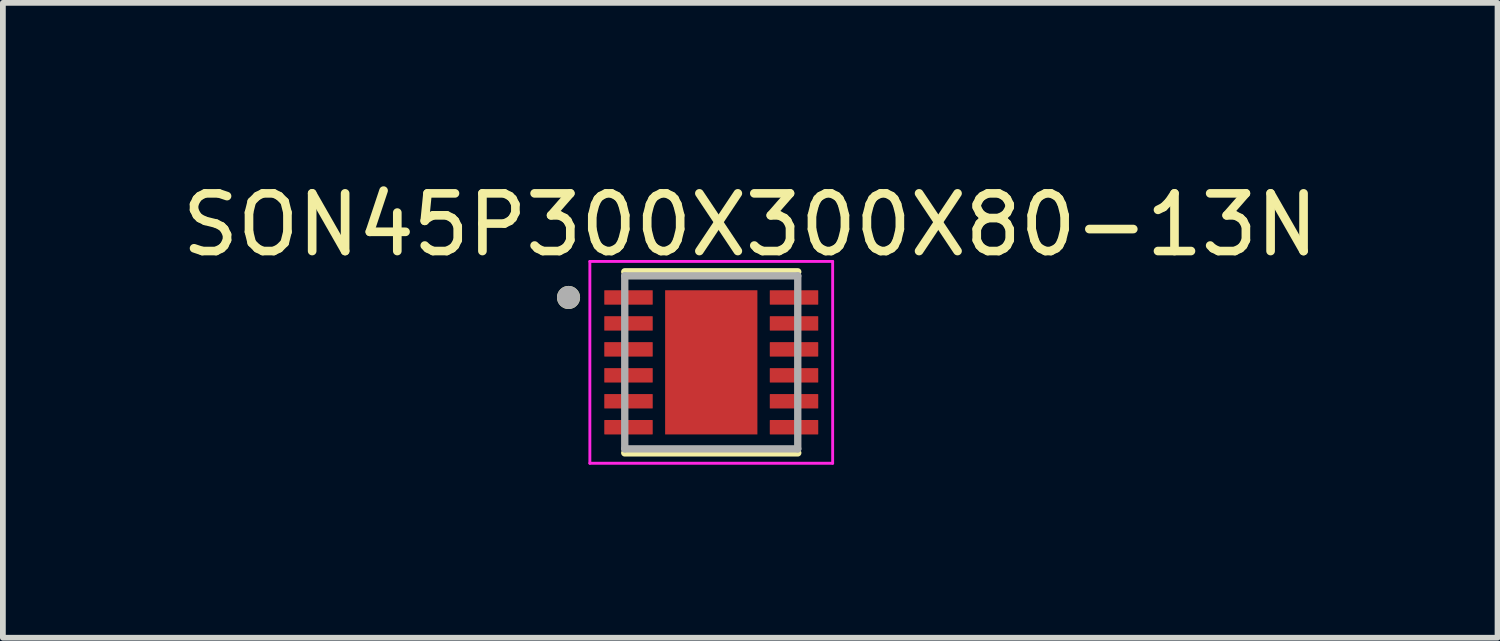
<source format=kicad_pcb>
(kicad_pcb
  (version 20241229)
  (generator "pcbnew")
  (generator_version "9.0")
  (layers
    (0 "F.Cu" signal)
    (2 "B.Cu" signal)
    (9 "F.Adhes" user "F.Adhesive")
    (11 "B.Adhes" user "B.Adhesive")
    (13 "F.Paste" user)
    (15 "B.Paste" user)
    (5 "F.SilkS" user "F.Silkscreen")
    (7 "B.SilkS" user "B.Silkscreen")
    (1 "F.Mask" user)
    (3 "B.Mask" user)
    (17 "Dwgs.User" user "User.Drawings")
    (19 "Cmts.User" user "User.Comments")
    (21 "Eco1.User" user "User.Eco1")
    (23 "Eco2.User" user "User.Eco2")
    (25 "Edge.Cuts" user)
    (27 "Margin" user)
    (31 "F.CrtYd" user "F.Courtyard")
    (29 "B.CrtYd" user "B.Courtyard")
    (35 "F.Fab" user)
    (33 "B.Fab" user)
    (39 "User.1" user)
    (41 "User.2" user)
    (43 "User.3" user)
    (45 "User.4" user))
  (footprint "SON45P300X300X80-13N"
    (layer "F.Cu")
    (at 9.283 3.233)
    (property "Reference" "SON45P300X300X80-13N" (at 0.675 -2.385 0) (layer "F.SilkS") (effects (font (size 1 1) (thickness 0.15))))
    (attr through_hole)
    (fp_line (start -1.5 -1.57) (end 1.5 -1.57) (stroke (width 0.127) (type solid)) (layer "F.SilkS"))
    (fp_line (start -1.5 1.57) (end 1.5 1.57) (stroke (width 0.127) (type solid)) (layer "F.SilkS"))
    (fp_circle (center -2.475 -1.125) (end -2.375 -1.125) (stroke (width 0.2) (type solid)) (fill no) (layer "F.SilkS"))
    (fp_poly (pts (xy -0.51 -0.79) (xy 0.51 -0.79) (xy 0.51 0.79) (xy -0.51 0.79)) (stroke (width 0.01) (type solid)) (fill yes) (layer "F.Paste"))
    (fp_line (start -2.105 -1.75) (end -2.105 1.75) (stroke (width 0.05) (type solid)) (layer "F.CrtYd"))
    (fp_line (start -2.105 -1.75) (end 2.105 -1.75) (stroke (width 0.05) (type solid)) (layer "F.CrtYd"))
    (fp_line (start -2.105 1.75) (end 2.105 1.75) (stroke (width 0.05) (type solid)) (layer "F.CrtYd"))
    (fp_line (start 2.105 -1.75) (end 2.105 1.75) (stroke (width 0.05) (type solid)) (layer "F.CrtYd"))
    (fp_line (start -1.5 -1.5) (end -1.5 1.5) (stroke (width 0.127) (type solid)) (layer "F.Fab"))
    (fp_line (start -1.5 -1.5) (end 1.5 -1.5) (stroke (width 0.127) (type solid)) (layer "F.Fab"))
    (fp_line (start -1.5 1.5) (end 1.5 1.5) (stroke (width 0.127) (type solid)) (layer "F.Fab"))
    (fp_line (start 1.5 -1.5) (end 1.5 1.5) (stroke (width 0.127) (type solid)) (layer "F.Fab"))
    (fp_circle (center -2.475 -1.125) (end -2.375 -1.125) (stroke (width 0.2) (type solid)) (fill no) (layer "F.Fab"))
    (pad "1" smd roundrect (at -1.435 -1.125) (size 0.84 0.25) (layers "F.Cu" "F.Mask" "F.Paste") (roundrect_rratio 0.03))
    (pad "2" smd roundrect (at -1.435 -0.675) (size 0.84 0.25) (layers "F.Cu" "F.Mask" "F.Paste") (roundrect_rratio 0.03))
    (pad "3" smd roundrect (at -1.435 -0.225) (size 0.84 0.25) (layers "F.Cu" "F.Mask" "F.Paste") (roundrect_rratio 0.03))
    (pad "4" smd roundrect (at -1.435 0.225) (size 0.84 0.25) (layers "F.Cu" "F.Mask" "F.Paste") (roundrect_rratio 0.03))
    (pad "5" smd roundrect (at -1.435 0.675) (size 0.84 0.25) (layers "F.Cu" "F.Mask" "F.Paste") (roundrect_rratio 0.03))
    (pad "6" smd roundrect (at -1.435 1.125) (size 0.84 0.25) (layers "F.Cu" "F.Mask" "F.Paste") (roundrect_rratio 0.03))
    (pad "7" smd roundrect (at 1.435 1.125) (size 0.84 0.25) (layers "F.Cu" "F.Mask" "F.Paste") (roundrect_rratio 0.03))
    (pad "8" smd roundrect (at 1.435 0.675) (size 0.84 0.25) (layers "F.Cu" "F.Mask" "F.Paste") (roundrect_rratio 0.03))
    (pad "9" smd roundrect (at 1.435 0.225) (size 0.84 0.25) (layers "F.Cu" "F.Mask" "F.Paste") (roundrect_rratio 0.03))
    (pad "10" smd roundrect (at 1.435 -0.225) (size 0.84 0.25) (layers "F.Cu" "F.Mask" "F.Paste") (roundrect_rratio 0.03))
    (pad "11" smd roundrect (at 1.435 -0.675) (size 0.84 0.25) (layers "F.Cu" "F.Mask" "F.Paste") (roundrect_rratio 0.03))
    (pad "12" smd roundrect (at 1.435 -1.125) (size 0.84 0.25) (layers "F.Cu" "F.Mask" "F.Paste") (roundrect_rratio 0.03))
    (pad "13" smd rect (at 0 0) (size 1.6 2.5) (layers "F.Cu" "F.Mask")))
  (gr_rect
    (start -3 -3)
    (end 22.917 8.008)
    (stroke (width 0.1) (type default))
    (fill no)
    (layer "Edge.Cuts")))
</source>
